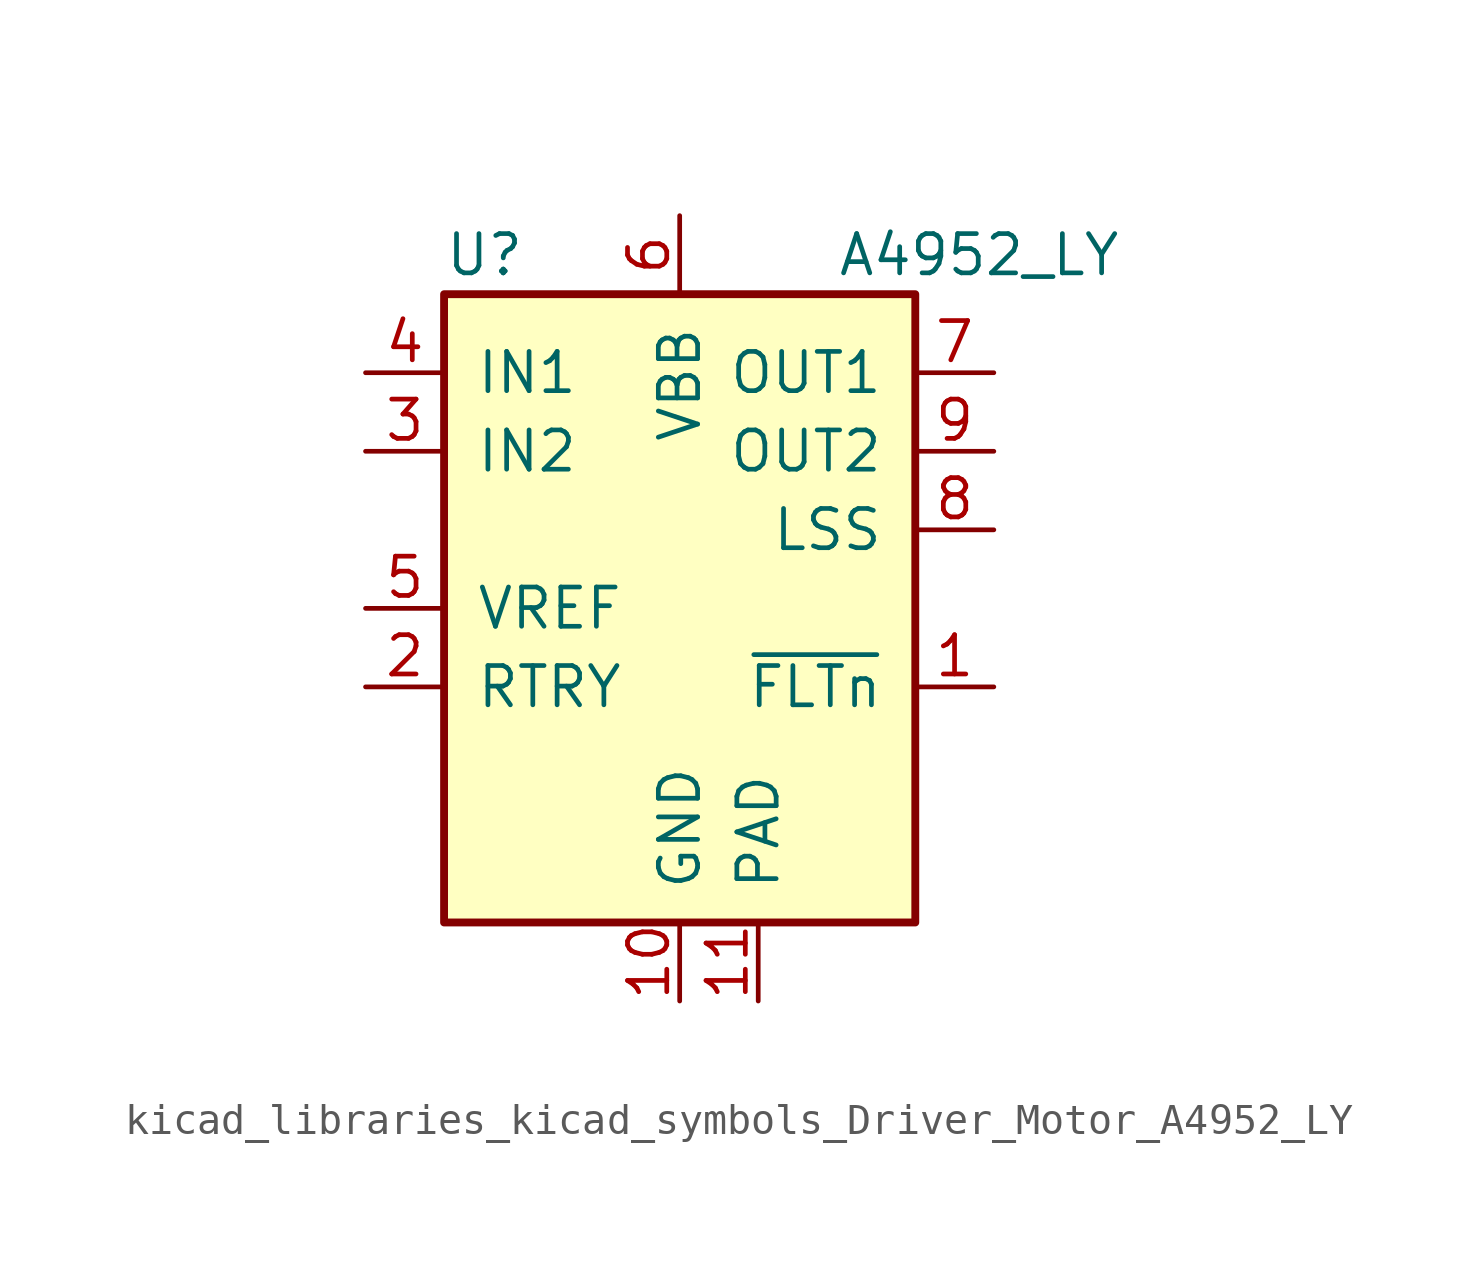
<source format=kicad_sym>
(kicad_symbol_lib
  (version 20220914)
  (generator kicad_symbol_editor)
  (symbol "kicad_libraries_kicad_symbols_Driver_Motor_A4952_LY"
    (pin_names
      (offset 1.016))
    (property "Reference" "U"
      (at -7.62 11.43 0)
      (effects (font (size 1.27 1.27)) (justify left)))
    (property "Value" "A4952_LY"
      (at 5.08 11.43 0)
      (effects (font (size 1.27 1.27)) (justify left)))
    (symbol "kicad_libraries_kicad_symbols_Driver_Motor_A4952_LY_0_1"
      (rectangle (start -7.62 10.16) (end 7.62 -10.16) (stroke (width 0.254) (type default)) (fill (type background))))
    (symbol "kicad_libraries_kicad_symbols_Driver_Motor_A4952_LY_1_1"
      (pin output line (at 10.16 -2.54 180) (length 2.54) (name "~{FLTn}" (effects (font (size 1.27 1.27)))) (number "1" (effects (font (size 1.27 1.27)))))
      (pin power_in line (at 0 -12.7 90) (length 2.54) (name "GND" (effects (font (size 1.27 1.27)))) (number "10" (effects (font (size 1.27 1.27)))))
      (pin power_in line (at 2.54 -12.7 90) (length 2.54) (name "PAD" (effects (font (size 1.27 1.27)))) (number "11" (effects (font (size 1.27 1.27)))))
      (pin input line (at -10.16 -2.54 0) (length 2.54) (name "RTRY" (effects (font (size 1.27 1.27)))) (number "2" (effects (font (size 1.27 1.27)))))
      (pin input line (at -10.16 5.08 0) (length 2.54) (name "IN2" (effects (font (size 1.27 1.27)))) (number "3" (effects (font (size 1.27 1.27)))))
      (pin input line (at -10.16 7.62 0) (length 2.54) (name "IN1" (effects (font (size 1.27 1.27)))) (number "4" (effects (font (size 1.27 1.27)))))
      (pin passive line (at -10.16 0 0) (length 2.54) (name "VREF" (effects (font (size 1.27 1.27)))) (number "5" (effects (font (size 1.27 1.27)))))
      (pin power_in line (at 0 12.7 270) (length 2.54) (name "VBB" (effects (font (size 1.27 1.27)))) (number "6" (effects (font (size 1.27 1.27)))))
      (pin power_out line (at 10.16 7.62 180) (length 2.54) (name "OUT1" (effects (font (size 1.27 1.27)))) (number "7" (effects (font (size 1.27 1.27)))))
      (pin power_in line (at 10.16 2.54 180) (length 2.54) (name "LSS" (effects (font (size 1.27 1.27)))) (number "8" (effects (font (size 1.27 1.27)))))
      (pin power_out line (at 10.16 5.08 180) (length 2.54) (name "OUT2" (effects (font (size 1.27 1.27)))) (number "9" (effects (font (size 1.27 1.27))))))))
</source>
